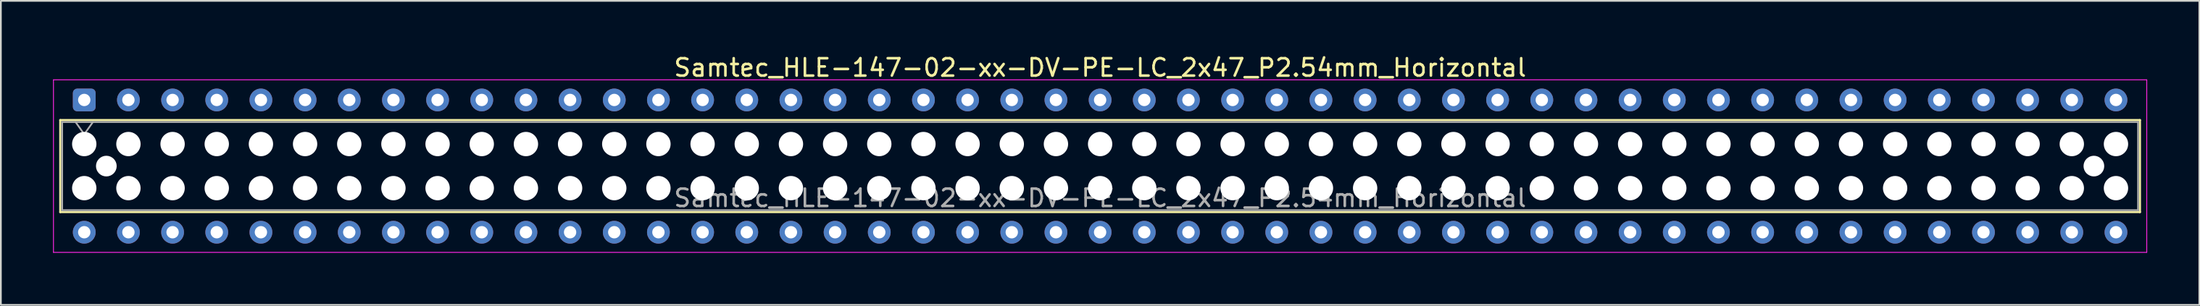
<source format=kicad_pcb>
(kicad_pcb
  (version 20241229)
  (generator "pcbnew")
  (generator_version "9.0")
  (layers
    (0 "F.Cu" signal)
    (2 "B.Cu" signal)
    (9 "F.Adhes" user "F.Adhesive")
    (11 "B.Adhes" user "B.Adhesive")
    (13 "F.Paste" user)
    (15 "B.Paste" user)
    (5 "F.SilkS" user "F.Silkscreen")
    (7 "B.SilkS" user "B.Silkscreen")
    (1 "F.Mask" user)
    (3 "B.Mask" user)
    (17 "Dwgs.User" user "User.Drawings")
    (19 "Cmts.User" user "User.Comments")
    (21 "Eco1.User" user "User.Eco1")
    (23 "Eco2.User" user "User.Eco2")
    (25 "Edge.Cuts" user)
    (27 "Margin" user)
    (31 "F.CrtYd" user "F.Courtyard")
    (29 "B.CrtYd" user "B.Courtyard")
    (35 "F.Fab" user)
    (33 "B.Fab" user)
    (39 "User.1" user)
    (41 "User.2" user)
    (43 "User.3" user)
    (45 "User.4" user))
  (footprint "Samtec_HLE-147-02-xx-DV-PE-LC_2x47_P2.54mm_Horizontal"
    (layer "F.Cu")
    (at 1.795 2.708)
    (property "Reference" "Samtec_HLE-147-02-xx-DV-PE-LC_2x47_P2.54mm_Horizontal" (at 58.42 -1.86 0) (layer "F.SilkS") (effects (font (size 1 1) (thickness 0.15))))
    (attr through_hole)
    (fp_line (start -1.38 1.16) (end 118.22 1.16) (stroke (width 0.12) (type solid)) (layer "F.SilkS"))
    (fp_line (start -1.38 6.46) (end -1.38 1.16) (stroke (width 0.12) (type solid)) (layer "F.SilkS"))
    (fp_line (start 118.22 1.16) (end 118.22 6.46) (stroke (width 0.12) (type solid)) (layer "F.SilkS"))
    (fp_line (start 118.22 6.46) (end -1.38 6.46) (stroke (width 0.12) (type solid)) (layer "F.SilkS"))
    (fp_line (start -1.77 -1.16) (end 118.61 -1.16) (stroke (width 0.05) (type solid)) (layer "F.CrtYd"))
    (fp_line (start -1.77 8.78) (end -1.77 -1.16) (stroke (width 0.05) (type solid)) (layer "F.CrtYd"))
    (fp_line (start 118.61 -1.16) (end 118.61 8.78) (stroke (width 0.05) (type solid)) (layer "F.CrtYd"))
    (fp_line (start 118.61 8.78) (end -1.77 8.78) (stroke (width 0.05) (type solid)) (layer "F.CrtYd"))
    (fp_line (start -1.27 1.27) (end 118.11 1.27) (stroke (width 0.1) (type solid)) (layer "F.Fab"))
    (fp_line (start -1.27 6.35) (end -1.27 1.27) (stroke (width 0.1) (type solid)) (layer "F.Fab"))
    (fp_line (start -0.5 1.27) (end 0 1.977) (stroke (width 0.1) (type solid)) (layer "F.Fab"))
    (fp_line (start 0 1.977) (end 0.5 1.27) (stroke (width 0.1) (type solid)) (layer "F.Fab"))
    (fp_line (start 118.11 1.27) (end 118.11 6.35) (stroke (width 0.1) (type solid)) (layer "F.Fab"))
    (fp_line (start 118.11 6.35) (end -1.27 6.35) (stroke (width 0.1) (type solid)) (layer "F.Fab"))
    (fp_text user "${REFERENCE}" (at 58.42 5.65 0) (layer "F.Fab") (effects (font (size 1 1) (thickness 0.15))))
    (pad "" np_thru_hole circle (at 0 2.54) (size 1.4 1.4) (drill 1.4) (layers "*.Cu" "*.Mask"))
    (pad "" np_thru_hole circle (at 0 5.08) (size 1.4 1.4) (drill 1.4) (layers "*.Cu" "*.Mask"))
    (pad "" np_thru_hole circle (at 1.27 3.81) (size 1.19 1.19) (drill 1.19) (layers "*.Cu" "*.Mask"))
    (pad "" np_thru_hole circle (at 2.54 2.54) (size 1.4 1.4) (drill 1.4) (layers "*.Cu" "*.Mask"))
    (pad "" np_thru_hole circle (at 2.54 5.08) (size 1.4 1.4) (drill 1.4) (layers "*.Cu" "*.Mask"))
    (pad "" np_thru_hole circle (at 5.08 2.54) (size 1.4 1.4) (drill 1.4) (layers "*.Cu" "*.Mask"))
    (pad "" np_thru_hole circle (at 5.08 5.08) (size 1.4 1.4) (drill 1.4) (layers "*.Cu" "*.Mask"))
    (pad "" np_thru_hole circle (at 7.62 2.54) (size 1.4 1.4) (drill 1.4) (layers "*.Cu" "*.Mask"))
    (pad "" np_thru_hole circle (at 7.62 5.08) (size 1.4 1.4) (drill 1.4) (layers "*.Cu" "*.Mask"))
    (pad "" np_thru_hole circle (at 10.16 2.54) (size 1.4 1.4) (drill 1.4) (layers "*.Cu" "*.Mask"))
    (pad "" np_thru_hole circle (at 10.16 5.08) (size 1.4 1.4) (drill 1.4) (layers "*.Cu" "*.Mask"))
    (pad "" np_thru_hole circle (at 12.7 2.54) (size 1.4 1.4) (drill 1.4) (layers "*.Cu" "*.Mask"))
    (pad "" np_thru_hole circle (at 12.7 5.08) (size 1.4 1.4) (drill 1.4) (layers "*.Cu" "*.Mask"))
    (pad "" np_thru_hole circle (at 15.24 2.54) (size 1.4 1.4) (drill 1.4) (layers "*.Cu" "*.Mask"))
    (pad "" np_thru_hole circle (at 15.24 5.08) (size 1.4 1.4) (drill 1.4) (layers "*.Cu" "*.Mask"))
    (pad "" np_thru_hole circle (at 17.78 2.54) (size 1.4 1.4) (drill 1.4) (layers "*.Cu" "*.Mask"))
    (pad "" np_thru_hole circle (at 17.78 5.08) (size 1.4 1.4) (drill 1.4) (layers "*.Cu" "*.Mask"))
    (pad "" np_thru_hole circle (at 20.32 2.54) (size 1.4 1.4) (drill 1.4) (layers "*.Cu" "*.Mask"))
    (pad "" np_thru_hole circle (at 20.32 5.08) (size 1.4 1.4) (drill 1.4) (layers "*.Cu" "*.Mask"))
    (pad "" np_thru_hole circle (at 22.86 2.54) (size 1.4 1.4) (drill 1.4) (layers "*.Cu" "*.Mask"))
    (pad "" np_thru_hole circle (at 22.86 5.08) (size 1.4 1.4) (drill 1.4) (layers "*.Cu" "*.Mask"))
    (pad "" np_thru_hole circle (at 25.4 2.54) (size 1.4 1.4) (drill 1.4) (layers "*.Cu" "*.Mask"))
    (pad "" np_thru_hole circle (at 25.4 5.08) (size 1.4 1.4) (drill 1.4) (layers "*.Cu" "*.Mask"))
    (pad "" np_thru_hole circle (at 27.94 2.54) (size 1.4 1.4) (drill 1.4) (layers "*.Cu" "*.Mask"))
    (pad "" np_thru_hole circle (at 27.94 5.08) (size 1.4 1.4) (drill 1.4) (layers "*.Cu" "*.Mask"))
    (pad "" np_thru_hole circle (at 30.48 2.54) (size 1.4 1.4) (drill 1.4) (layers "*.Cu" "*.Mask"))
    (pad "" np_thru_hole circle (at 30.48 5.08) (size 1.4 1.4) (drill 1.4) (layers "*.Cu" "*.Mask"))
    (pad "" np_thru_hole circle (at 33.02 2.54) (size 1.4 1.4) (drill 1.4) (layers "*.Cu" "*.Mask"))
    (pad "" np_thru_hole circle (at 33.02 5.08) (size 1.4 1.4) (drill 1.4) (layers "*.Cu" "*.Mask"))
    (pad "" np_thru_hole circle (at 35.56 2.54) (size 1.4 1.4) (drill 1.4) (layers "*.Cu" "*.Mask"))
    (pad "" np_thru_hole circle (at 35.56 5.08) (size 1.4 1.4) (drill 1.4) (layers "*.Cu" "*.Mask"))
    (pad "" np_thru_hole circle (at 38.1 2.54) (size 1.4 1.4) (drill 1.4) (layers "*.Cu" "*.Mask"))
    (pad "" np_thru_hole circle (at 38.1 5.08) (size 1.4 1.4) (drill 1.4) (layers "*.Cu" "*.Mask"))
    (pad "" np_thru_hole circle (at 40.64 2.54) (size 1.4 1.4) (drill 1.4) (layers "*.Cu" "*.Mask"))
    (pad "" np_thru_hole circle (at 40.64 5.08) (size 1.4 1.4) (drill 1.4) (layers "*.Cu" "*.Mask"))
    (pad "" np_thru_hole circle (at 43.18 2.54) (size 1.4 1.4) (drill 1.4) (layers "*.Cu" "*.Mask"))
    (pad "" np_thru_hole circle (at 43.18 5.08) (size 1.4 1.4) (drill 1.4) (layers "*.Cu" "*.Mask"))
    (pad "" np_thru_hole circle (at 45.72 2.54) (size 1.4 1.4) (drill 1.4) (layers "*.Cu" "*.Mask"))
    (pad "" np_thru_hole circle (at 45.72 5.08) (size 1.4 1.4) (drill 1.4) (layers "*.Cu" "*.Mask"))
    (pad "" np_thru_hole circle (at 48.26 2.54) (size 1.4 1.4) (drill 1.4) (layers "*.Cu" "*.Mask"))
    (pad "" np_thru_hole circle (at 48.26 5.08) (size 1.4 1.4) (drill 1.4) (layers "*.Cu" "*.Mask"))
    (pad "" np_thru_hole circle (at 50.8 2.54) (size 1.4 1.4) (drill 1.4) (layers "*.Cu" "*.Mask"))
    (pad "" np_thru_hole circle (at 50.8 5.08) (size 1.4 1.4) (drill 1.4) (layers "*.Cu" "*.Mask"))
    (pad "" np_thru_hole circle (at 53.34 2.54) (size 1.4 1.4) (drill 1.4) (layers "*.Cu" "*.Mask"))
    (pad "" np_thru_hole circle (at 53.34 5.08) (size 1.4 1.4) (drill 1.4) (layers "*.Cu" "*.Mask"))
    (pad "" np_thru_hole circle (at 55.88 2.54) (size 1.4 1.4) (drill 1.4) (layers "*.Cu" "*.Mask"))
    (pad "" np_thru_hole circle (at 55.88 5.08) (size 1.4 1.4) (drill 1.4) (layers "*.Cu" "*.Mask"))
    (pad "" np_thru_hole circle (at 58.42 2.54) (size 1.4 1.4) (drill 1.4) (layers "*.Cu" "*.Mask"))
    (pad "" np_thru_hole circle (at 58.42 5.08) (size 1.4 1.4) (drill 1.4) (layers "*.Cu" "*.Mask"))
    (pad "" np_thru_hole circle (at 60.96 2.54) (size 1.4 1.4) (drill 1.4) (layers "*.Cu" "*.Mask"))
    (pad "" np_thru_hole circle (at 60.96 5.08) (size 1.4 1.4) (drill 1.4) (layers "*.Cu" "*.Mask"))
    (pad "" np_thru_hole circle (at 63.5 2.54) (size 1.4 1.4) (drill 1.4) (layers "*.Cu" "*.Mask"))
    (pad "" np_thru_hole circle (at 63.5 5.08) (size 1.4 1.4) (drill 1.4) (layers "*.Cu" "*.Mask"))
    (pad "" np_thru_hole circle (at 66.04 2.54) (size 1.4 1.4) (drill 1.4) (layers "*.Cu" "*.Mask"))
    (pad "" np_thru_hole circle (at 66.04 5.08) (size 1.4 1.4) (drill 1.4) (layers "*.Cu" "*.Mask"))
    (pad "" np_thru_hole circle (at 68.58 2.54) (size 1.4 1.4) (drill 1.4) (layers "*.Cu" "*.Mask"))
    (pad "" np_thru_hole circle (at 68.58 5.08) (size 1.4 1.4) (drill 1.4) (layers "*.Cu" "*.Mask"))
    (pad "" np_thru_hole circle (at 71.12 2.54) (size 1.4 1.4) (drill 1.4) (layers "*.Cu" "*.Mask"))
    (pad "" np_thru_hole circle (at 71.12 5.08) (size 1.4 1.4) (drill 1.4) (layers "*.Cu" "*.Mask"))
    (pad "" np_thru_hole circle (at 73.66 2.54) (size 1.4 1.4) (drill 1.4) (layers "*.Cu" "*.Mask"))
    (pad "" np_thru_hole circle (at 73.66 5.08) (size 1.4 1.4) (drill 1.4) (layers "*.Cu" "*.Mask"))
    (pad "" np_thru_hole circle (at 76.2 2.54) (size 1.4 1.4) (drill 1.4) (layers "*.Cu" "*.Mask"))
    (pad "" np_thru_hole circle (at 76.2 5.08) (size 1.4 1.4) (drill 1.4) (layers "*.Cu" "*.Mask"))
    (pad "" np_thru_hole circle (at 78.74 2.54) (size 1.4 1.4) (drill 1.4) (layers "*.Cu" "*.Mask"))
    (pad "" np_thru_hole circle (at 78.74 5.08) (size 1.4 1.4) (drill 1.4) (layers "*.Cu" "*.Mask"))
    (pad "" np_thru_hole circle (at 81.28 2.54) (size 1.4 1.4) (drill 1.4) (layers "*.Cu" "*.Mask"))
    (pad "" np_thru_hole circle (at 81.28 5.08) (size 1.4 1.4) (drill 1.4) (layers "*.Cu" "*.Mask"))
    (pad "" np_thru_hole circle (at 83.82 2.54) (size 1.4 1.4) (drill 1.4) (layers "*.Cu" "*.Mask"))
    (pad "" np_thru_hole circle (at 83.82 5.08) (size 1.4 1.4) (drill 1.4) (layers "*.Cu" "*.Mask"))
    (pad "" np_thru_hole circle (at 86.36 2.54) (size 1.4 1.4) (drill 1.4) (layers "*.Cu" "*.Mask"))
    (pad "" np_thru_hole circle (at 86.36 5.08) (size 1.4 1.4) (drill 1.4) (layers "*.Cu" "*.Mask"))
    (pad "" np_thru_hole circle (at 88.9 2.54) (size 1.4 1.4) (drill 1.4) (layers "*.Cu" "*.Mask"))
    (pad "" np_thru_hole circle (at 88.9 5.08) (size 1.4 1.4) (drill 1.4) (layers "*.Cu" "*.Mask"))
    (pad "" np_thru_hole circle (at 91.44 2.54) (size 1.4 1.4) (drill 1.4) (layers "*.Cu" "*.Mask"))
    (pad "" np_thru_hole circle (at 91.44 5.08) (size 1.4 1.4) (drill 1.4) (layers "*.Cu" "*.Mask"))
    (pad "" np_thru_hole circle (at 93.98 2.54) (size 1.4 1.4) (drill 1.4) (layers "*.Cu" "*.Mask"))
    (pad "" np_thru_hole circle (at 93.98 5.08) (size 1.4 1.4) (drill 1.4) (layers "*.Cu" "*.Mask"))
    (pad "" np_thru_hole circle (at 96.52 2.54) (size 1.4 1.4) (drill 1.4) (layers "*.Cu" "*.Mask"))
    (pad "" np_thru_hole circle (at 96.52 5.08) (size 1.4 1.4) (drill 1.4) (layers "*.Cu" "*.Mask"))
    (pad "" np_thru_hole circle (at 99.06 2.54) (size 1.4 1.4) (drill 1.4) (layers "*.Cu" "*.Mask"))
    (pad "" np_thru_hole circle (at 99.06 5.08) (size 1.4 1.4) (drill 1.4) (layers "*.Cu" "*.Mask"))
    (pad "" np_thru_hole circle (at 101.6 2.54) (size 1.4 1.4) (drill 1.4) (layers "*.Cu" "*.Mask"))
    (pad "" np_thru_hole circle (at 101.6 5.08) (size 1.4 1.4) (drill 1.4) (layers "*.Cu" "*.Mask"))
    (pad "" np_thru_hole circle (at 104.14 2.54) (size 1.4 1.4) (drill 1.4) (layers "*.Cu" "*.Mask"))
    (pad "" np_thru_hole circle (at 104.14 5.08) (size 1.4 1.4) (drill 1.4) (layers "*.Cu" "*.Mask"))
    (pad "" np_thru_hole circle (at 106.68 2.54) (size 1.4 1.4) (drill 1.4) (layers "*.Cu" "*.Mask"))
    (pad "" np_thru_hole circle (at 106.68 5.08) (size 1.4 1.4) (drill 1.4) (layers "*.Cu" "*.Mask"))
    (pad "" np_thru_hole circle (at 109.22 2.54) (size 1.4 1.4) (drill 1.4) (layers "*.Cu" "*.Mask"))
    (pad "" np_thru_hole circle (at 109.22 5.08) (size 1.4 1.4) (drill 1.4) (layers "*.Cu" "*.Mask"))
    (pad "" np_thru_hole circle (at 111.76 2.54) (size 1.4 1.4) (drill 1.4) (layers "*.Cu" "*.Mask"))
    (pad "" np_thru_hole circle (at 111.76 5.08) (size 1.4 1.4) (drill 1.4) (layers "*.Cu" "*.Mask"))
    (pad "" np_thru_hole circle (at 114.3 2.54) (size 1.4 1.4) (drill 1.4) (layers "*.Cu" "*.Mask"))
    (pad "" np_thru_hole circle (at 114.3 5.08) (size 1.4 1.4) (drill 1.4) (layers "*.Cu" "*.Mask"))
    (pad "" np_thru_hole circle (at 115.57 3.81) (size 1.19 1.19) (drill 1.19) (layers "*.Cu" "*.Mask"))
    (pad "" np_thru_hole circle (at 116.84 2.54) (size 1.4 1.4) (drill 1.4) (layers "*.Cu" "*.Mask"))
    (pad "" np_thru_hole circle (at 116.84 5.08) (size 1.4 1.4) (drill 1.4) (layers "*.Cu" "*.Mask"))
    (pad "1" thru_hole roundrect (at 0 0) (size 1.31 1.31) (drill 0.71) (layers "*.Cu" "*.Mask") (roundrect_rratio 0.191))
    (pad "2" thru_hole circle (at 0 7.62) (size 1.31 1.31) (drill 0.71) (layers "*.Cu" "*.Mask"))
    (pad "3" thru_hole circle (at 2.54 0) (size 1.31 1.31) (drill 0.71) (layers "*.Cu" "*.Mask"))
    (pad "4" thru_hole circle (at 2.54 7.62) (size 1.31 1.31) (drill 0.71) (layers "*.Cu" "*.Mask"))
    (pad "5" thru_hole circle (at 5.08 0) (size 1.31 1.31) (drill 0.71) (layers "*.Cu" "*.Mask"))
    (pad "6" thru_hole circle (at 5.08 7.62) (size 1.31 1.31) (drill 0.71) (layers "*.Cu" "*.Mask"))
    (pad "7" thru_hole circle (at 7.62 0) (size 1.31 1.31) (drill 0.71) (layers "*.Cu" "*.Mask"))
    (pad "8" thru_hole circle (at 7.62 7.62) (size 1.31 1.31) (drill 0.71) (layers "*.Cu" "*.Mask"))
    (pad "9" thru_hole circle (at 10.16 0) (size 1.31 1.31) (drill 0.71) (layers "*.Cu" "*.Mask"))
    (pad "10" thru_hole circle (at 10.16 7.62) (size 1.31 1.31) (drill 0.71) (layers "*.Cu" "*.Mask"))
    (pad "11" thru_hole circle (at 12.7 0) (size 1.31 1.31) (drill 0.71) (layers "*.Cu" "*.Mask"))
    (pad "12" thru_hole circle (at 12.7 7.62) (size 1.31 1.31) (drill 0.71) (layers "*.Cu" "*.Mask"))
    (pad "13" thru_hole circle (at 15.24 0) (size 1.31 1.31) (drill 0.71) (layers "*.Cu" "*.Mask"))
    (pad "14" thru_hole circle (at 15.24 7.62) (size 1.31 1.31) (drill 0.71) (layers "*.Cu" "*.Mask"))
    (pad "15" thru_hole circle (at 17.78 0) (size 1.31 1.31) (drill 0.71) (layers "*.Cu" "*.Mask"))
    (pad "16" thru_hole circle (at 17.78 7.62) (size 1.31 1.31) (drill 0.71) (layers "*.Cu" "*.Mask"))
    (pad "17" thru_hole circle (at 20.32 0) (size 1.31 1.31) (drill 0.71) (layers "*.Cu" "*.Mask"))
    (pad "18" thru_hole circle (at 20.32 7.62) (size 1.31 1.31) (drill 0.71) (layers "*.Cu" "*.Mask"))
    (pad "19" thru_hole circle (at 22.86 0) (size 1.31 1.31) (drill 0.71) (layers "*.Cu" "*.Mask"))
    (pad "20" thru_hole circle (at 22.86 7.62) (size 1.31 1.31) (drill 0.71) (layers "*.Cu" "*.Mask"))
    (pad "21" thru_hole circle (at 25.4 0) (size 1.31 1.31) (drill 0.71) (layers "*.Cu" "*.Mask"))
    (pad "22" thru_hole circle (at 25.4 7.62) (size 1.31 1.31) (drill 0.71) (layers "*.Cu" "*.Mask"))
    (pad "23" thru_hole circle (at 27.94 0) (size 1.31 1.31) (drill 0.71) (layers "*.Cu" "*.Mask"))
    (pad "24" thru_hole circle (at 27.94 7.62) (size 1.31 1.31) (drill 0.71) (layers "*.Cu" "*.Mask"))
    (pad "25" thru_hole circle (at 30.48 0) (size 1.31 1.31) (drill 0.71) (layers "*.Cu" "*.Mask"))
    (pad "26" thru_hole circle (at 30.48 7.62) (size 1.31 1.31) (drill 0.71) (layers "*.Cu" "*.Mask"))
    (pad "27" thru_hole circle (at 33.02 0) (size 1.31 1.31) (drill 0.71) (layers "*.Cu" "*.Mask"))
    (pad "28" thru_hole circle (at 33.02 7.62) (size 1.31 1.31) (drill 0.71) (layers "*.Cu" "*.Mask"))
    (pad "29" thru_hole circle (at 35.56 0) (size 1.31 1.31) (drill 0.71) (layers "*.Cu" "*.Mask"))
    (pad "30" thru_hole circle (at 35.56 7.62) (size 1.31 1.31) (drill 0.71) (layers "*.Cu" "*.Mask"))
    (pad "31" thru_hole circle (at 38.1 0) (size 1.31 1.31) (drill 0.71) (layers "*.Cu" "*.Mask"))
    (pad "32" thru_hole circle (at 38.1 7.62) (size 1.31 1.31) (drill 0.71) (layers "*.Cu" "*.Mask"))
    (pad "33" thru_hole circle (at 40.64 0) (size 1.31 1.31) (drill 0.71) (layers "*.Cu" "*.Mask"))
    (pad "34" thru_hole circle (at 40.64 7.62) (size 1.31 1.31) (drill 0.71) (layers "*.Cu" "*.Mask"))
    (pad "35" thru_hole circle (at 43.18 0) (size 1.31 1.31) (drill 0.71) (layers "*.Cu" "*.Mask"))
    (pad "36" thru_hole circle (at 43.18 7.62) (size 1.31 1.31) (drill 0.71) (layers "*.Cu" "*.Mask"))
    (pad "37" thru_hole circle (at 45.72 0) (size 1.31 1.31) (drill 0.71) (layers "*.Cu" "*.Mask"))
    (pad "38" thru_hole circle (at 45.72 7.62) (size 1.31 1.31) (drill 0.71) (layers "*.Cu" "*.Mask"))
    (pad "39" thru_hole circle (at 48.26 0) (size 1.31 1.31) (drill 0.71) (layers "*.Cu" "*.Mask"))
    (pad "40" thru_hole circle (at 48.26 7.62) (size 1.31 1.31) (drill 0.71) (layers "*.Cu" "*.Mask"))
    (pad "41" thru_hole circle (at 50.8 0) (size 1.31 1.31) (drill 0.71) (layers "*.Cu" "*.Mask"))
    (pad "42" thru_hole circle (at 50.8 7.62) (size 1.31 1.31) (drill 0.71) (layers "*.Cu" "*.Mask"))
    (pad "43" thru_hole circle (at 53.34 0) (size 1.31 1.31) (drill 0.71) (layers "*.Cu" "*.Mask"))
    (pad "44" thru_hole circle (at 53.34 7.62) (size 1.31 1.31) (drill 0.71) (layers "*.Cu" "*.Mask"))
    (pad "45" thru_hole circle (at 55.88 0) (size 1.31 1.31) (drill 0.71) (layers "*.Cu" "*.Mask"))
    (pad "46" thru_hole circle (at 55.88 7.62) (size 1.31 1.31) (drill 0.71) (layers "*.Cu" "*.Mask"))
    (pad "47" thru_hole circle (at 58.42 0) (size 1.31 1.31) (drill 0.71) (layers "*.Cu" "*.Mask"))
    (pad "48" thru_hole circle (at 58.42 7.62) (size 1.31 1.31) (drill 0.71) (layers "*.Cu" "*.Mask"))
    (pad "49" thru_hole circle (at 60.96 0) (size 1.31 1.31) (drill 0.71) (layers "*.Cu" "*.Mask"))
    (pad "50" thru_hole circle (at 60.96 7.62) (size 1.31 1.31) (drill 0.71) (layers "*.Cu" "*.Mask"))
    (pad "51" thru_hole circle (at 63.5 0) (size 1.31 1.31) (drill 0.71) (layers "*.Cu" "*.Mask"))
    (pad "52" thru_hole circle (at 63.5 7.62) (size 1.31 1.31) (drill 0.71) (layers "*.Cu" "*.Mask"))
    (pad "53" thru_hole circle (at 66.04 0) (size 1.31 1.31) (drill 0.71) (layers "*.Cu" "*.Mask"))
    (pad "54" thru_hole circle (at 66.04 7.62) (size 1.31 1.31) (drill 0.71) (layers "*.Cu" "*.Mask"))
    (pad "55" thru_hole circle (at 68.58 0) (size 1.31 1.31) (drill 0.71) (layers "*.Cu" "*.Mask"))
    (pad "56" thru_hole circle (at 68.58 7.62) (size 1.31 1.31) (drill 0.71) (layers "*.Cu" "*.Mask"))
    (pad "57" thru_hole circle (at 71.12 0) (size 1.31 1.31) (drill 0.71) (layers "*.Cu" "*.Mask"))
    (pad "58" thru_hole circle (at 71.12 7.62) (size 1.31 1.31) (drill 0.71) (layers "*.Cu" "*.Mask"))
    (pad "59" thru_hole circle (at 73.66 0) (size 1.31 1.31) (drill 0.71) (layers "*.Cu" "*.Mask"))
    (pad "60" thru_hole circle (at 73.66 7.62) (size 1.31 1.31) (drill 0.71) (layers "*.Cu" "*.Mask"))
    (pad "61" thru_hole circle (at 76.2 0) (size 1.31 1.31) (drill 0.71) (layers "*.Cu" "*.Mask"))
    (pad "62" thru_hole circle (at 76.2 7.62) (size 1.31 1.31) (drill 0.71) (layers "*.Cu" "*.Mask"))
    (pad "63" thru_hole circle (at 78.74 0) (size 1.31 1.31) (drill 0.71) (layers "*.Cu" "*.Mask"))
    (pad "64" thru_hole circle (at 78.74 7.62) (size 1.31 1.31) (drill 0.71) (layers "*.Cu" "*.Mask"))
    (pad "65" thru_hole circle (at 81.28 0) (size 1.31 1.31) (drill 0.71) (layers "*.Cu" "*.Mask"))
    (pad "66" thru_hole circle (at 81.28 7.62) (size 1.31 1.31) (drill 0.71) (layers "*.Cu" "*.Mask"))
    (pad "67" thru_hole circle (at 83.82 0) (size 1.31 1.31) (drill 0.71) (layers "*.Cu" "*.Mask"))
    (pad "68" thru_hole circle (at 83.82 7.62) (size 1.31 1.31) (drill 0.71) (layers "*.Cu" "*.Mask"))
    (pad "69" thru_hole circle (at 86.36 0) (size 1.31 1.31) (drill 0.71) (layers "*.Cu" "*.Mask"))
    (pad "70" thru_hole circle (at 86.36 7.62) (size 1.31 1.31) (drill 0.71) (layers "*.Cu" "*.Mask"))
    (pad "71" thru_hole circle (at 88.9 0) (size 1.31 1.31) (drill 0.71) (layers "*.Cu" "*.Mask"))
    (pad "72" thru_hole circle (at 88.9 7.62) (size 1.31 1.31) (drill 0.71) (layers "*.Cu" "*.Mask"))
    (pad "73" thru_hole circle (at 91.44 0) (size 1.31 1.31) (drill 0.71) (layers "*.Cu" "*.Mask"))
    (pad "74" thru_hole circle (at 91.44 7.62) (size 1.31 1.31) (drill 0.71) (layers "*.Cu" "*.Mask"))
    (pad "75" thru_hole circle (at 93.98 0) (size 1.31 1.31) (drill 0.71) (layers "*.Cu" "*.Mask"))
    (pad "76" thru_hole circle (at 93.98 7.62) (size 1.31 1.31) (drill 0.71) (layers "*.Cu" "*.Mask"))
    (pad "77" thru_hole circle (at 96.52 0) (size 1.31 1.31) (drill 0.71) (layers "*.Cu" "*.Mask"))
    (pad "78" thru_hole circle (at 96.52 7.62) (size 1.31 1.31) (drill 0.71) (layers "*.Cu" "*.Mask"))
    (pad "79" thru_hole circle (at 99.06 0) (size 1.31 1.31) (drill 0.71) (layers "*.Cu" "*.Mask"))
    (pad "80" thru_hole circle (at 99.06 7.62) (size 1.31 1.31) (drill 0.71) (layers "*.Cu" "*.Mask"))
    (pad "81" thru_hole circle (at 101.6 0) (size 1.31 1.31) (drill 0.71) (layers "*.Cu" "*.Mask"))
    (pad "82" thru_hole circle (at 101.6 7.62) (size 1.31 1.31) (drill 0.71) (layers "*.Cu" "*.Mask"))
    (pad "83" thru_hole circle (at 104.14 0) (size 1.31 1.31) (drill 0.71) (layers "*.Cu" "*.Mask"))
    (pad "84" thru_hole circle (at 104.14 7.62) (size 1.31 1.31) (drill 0.71) (layers "*.Cu" "*.Mask"))
    (pad "85" thru_hole circle (at 106.68 0) (size 1.31 1.31) (drill 0.71) (layers "*.Cu" "*.Mask"))
    (pad "86" thru_hole circle (at 106.68 7.62) (size 1.31 1.31) (drill 0.71) (layers "*.Cu" "*.Mask"))
    (pad "87" thru_hole circle (at 109.22 0) (size 1.31 1.31) (drill 0.71) (layers "*.Cu" "*.Mask"))
    (pad "88" thru_hole circle (at 109.22 7.62) (size 1.31 1.31) (drill 0.71) (layers "*.Cu" "*.Mask"))
    (pad "89" thru_hole circle (at 111.76 0) (size 1.31 1.31) (drill 0.71) (layers "*.Cu" "*.Mask"))
    (pad "90" thru_hole circle (at 111.76 7.62) (size 1.31 1.31) (drill 0.71) (layers "*.Cu" "*.Mask"))
    (pad "91" thru_hole circle (at 114.3 0) (size 1.31 1.31) (drill 0.71) (layers "*.Cu" "*.Mask"))
    (pad "92" thru_hole circle (at 114.3 7.62) (size 1.31 1.31) (drill 0.71) (layers "*.Cu" "*.Mask"))
    (pad "93" thru_hole circle (at 116.84 0) (size 1.31 1.31) (drill 0.71) (layers "*.Cu" "*.Mask"))
    (pad "94" thru_hole circle (at 116.84 7.62) (size 1.31 1.31) (drill 0.71) (layers "*.Cu" "*.Mask")))
  (gr_rect
    (start -3 -3)
    (end 123.43 14.513)
    (stroke (width 0.1) (type default))
    (fill no)
    (layer "Edge.Cuts")))
</source>
